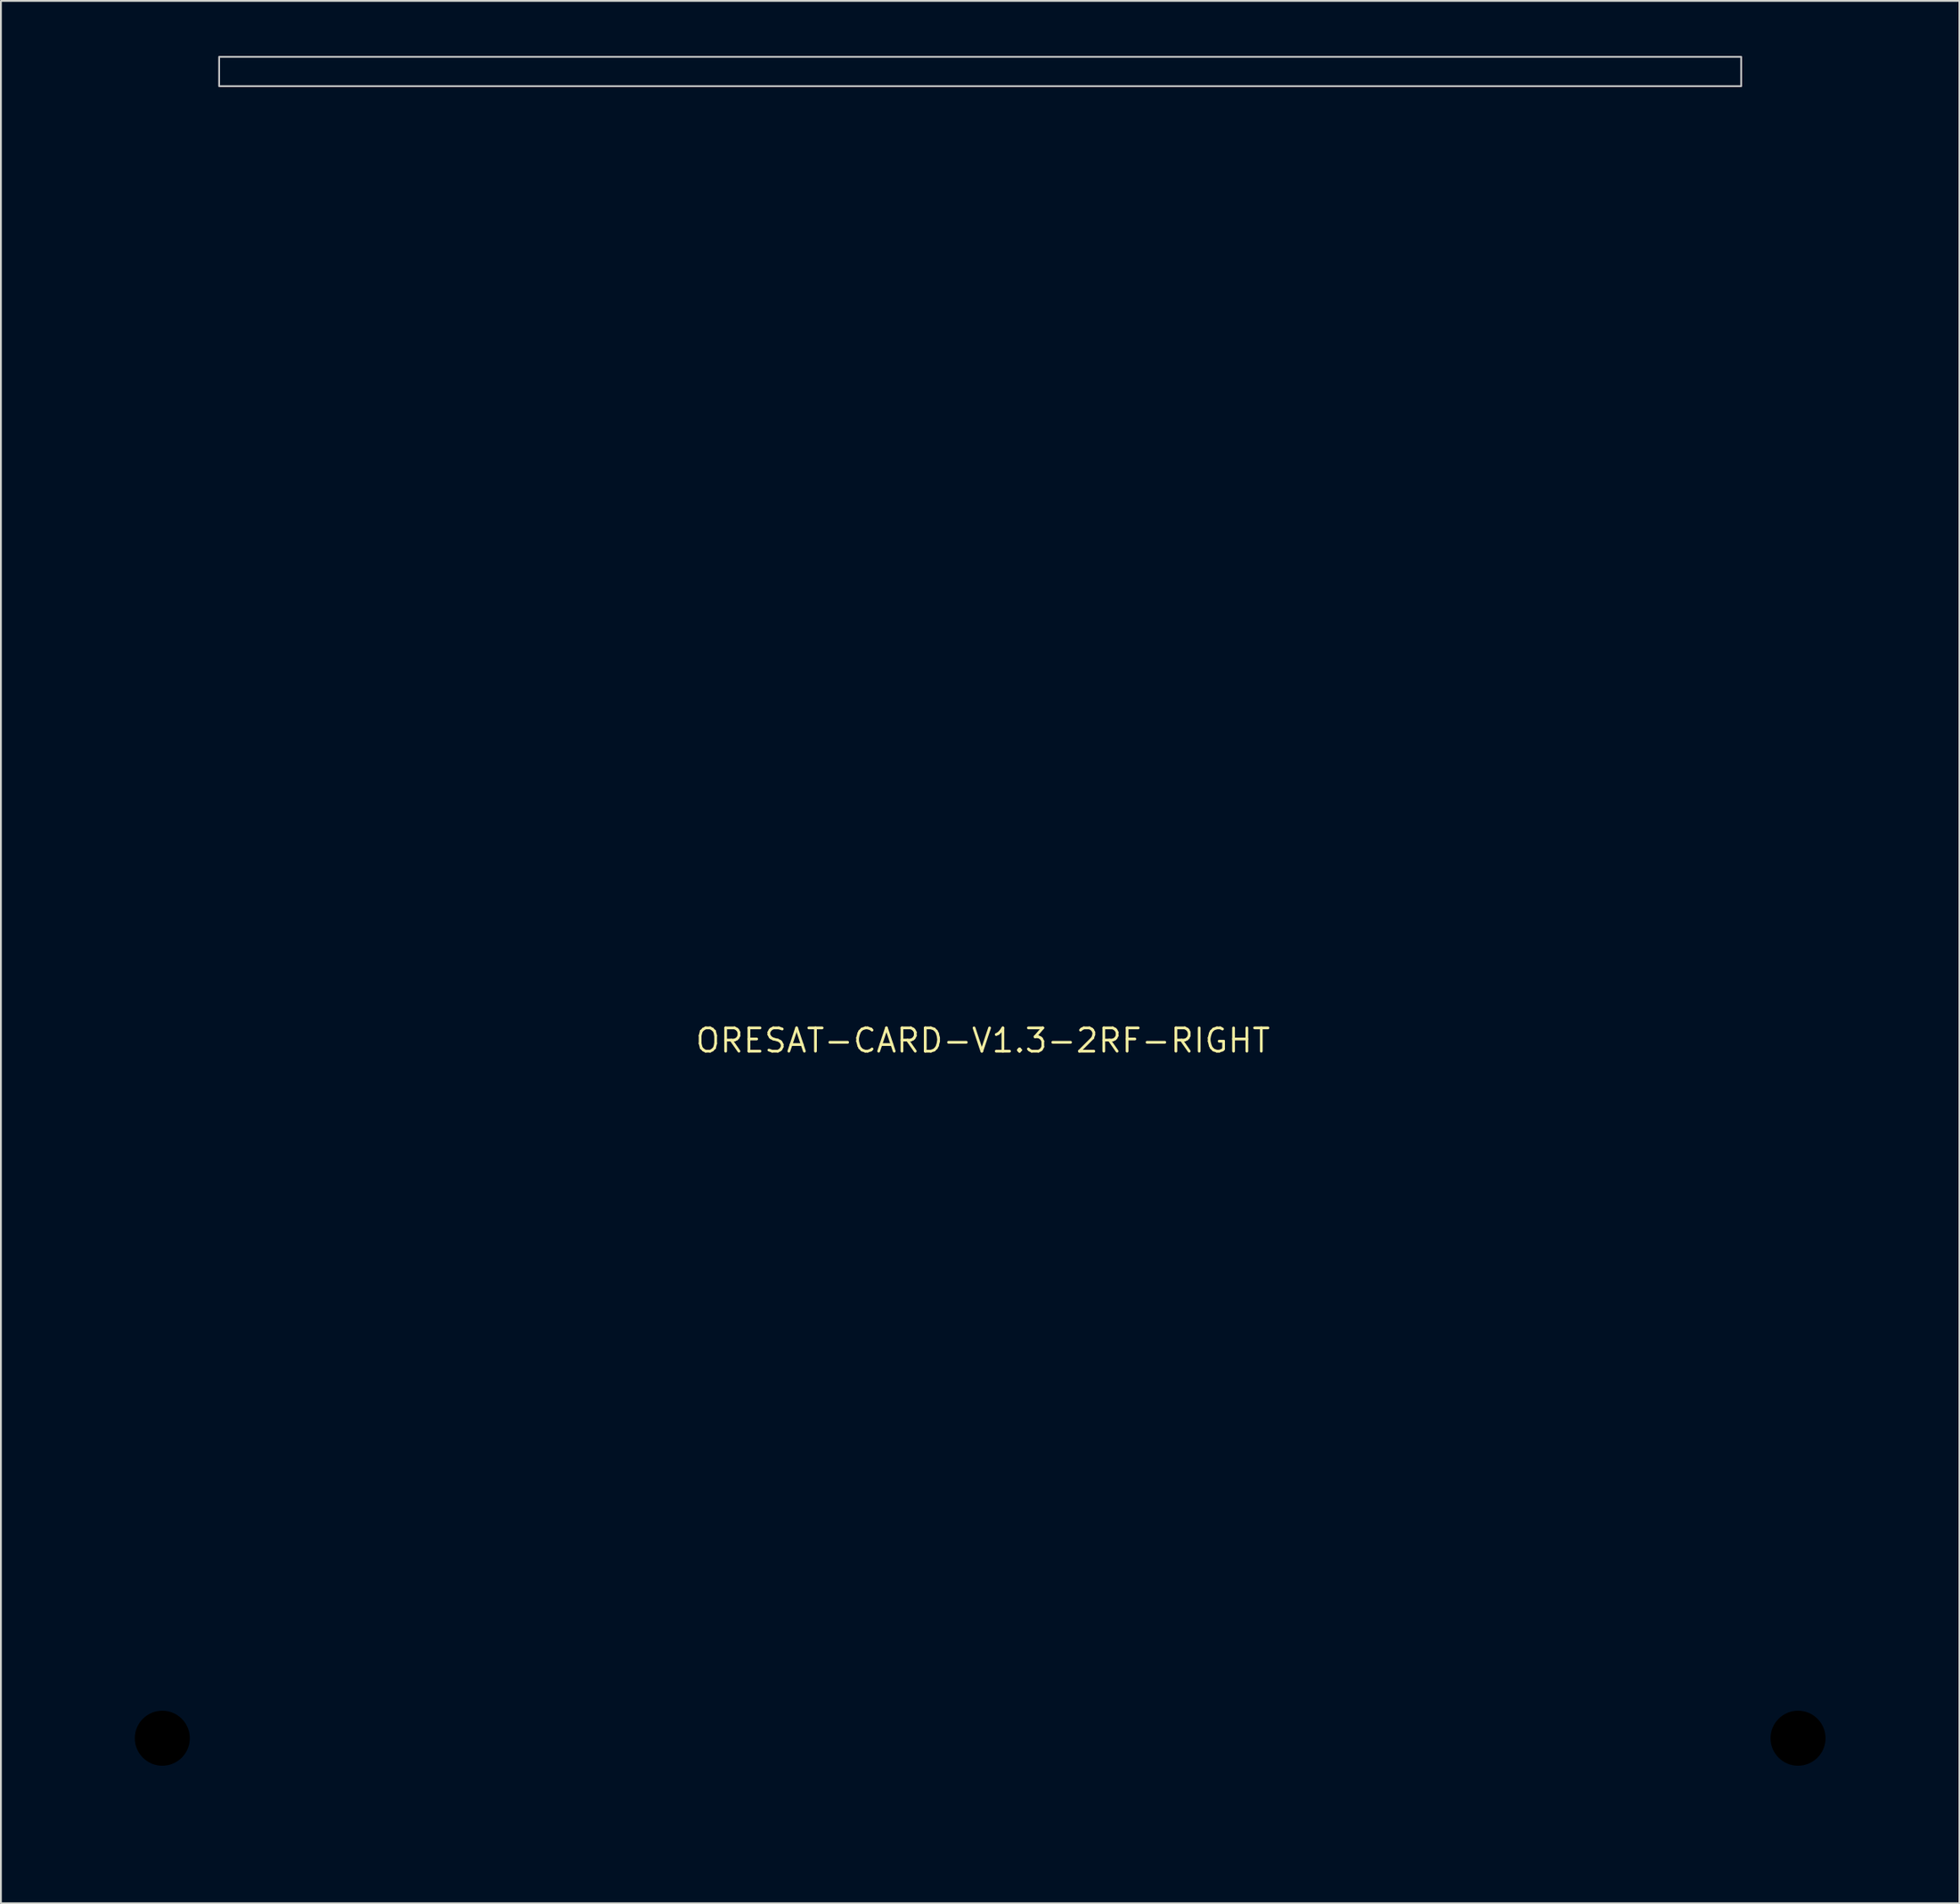
<source format=kicad_pcb>
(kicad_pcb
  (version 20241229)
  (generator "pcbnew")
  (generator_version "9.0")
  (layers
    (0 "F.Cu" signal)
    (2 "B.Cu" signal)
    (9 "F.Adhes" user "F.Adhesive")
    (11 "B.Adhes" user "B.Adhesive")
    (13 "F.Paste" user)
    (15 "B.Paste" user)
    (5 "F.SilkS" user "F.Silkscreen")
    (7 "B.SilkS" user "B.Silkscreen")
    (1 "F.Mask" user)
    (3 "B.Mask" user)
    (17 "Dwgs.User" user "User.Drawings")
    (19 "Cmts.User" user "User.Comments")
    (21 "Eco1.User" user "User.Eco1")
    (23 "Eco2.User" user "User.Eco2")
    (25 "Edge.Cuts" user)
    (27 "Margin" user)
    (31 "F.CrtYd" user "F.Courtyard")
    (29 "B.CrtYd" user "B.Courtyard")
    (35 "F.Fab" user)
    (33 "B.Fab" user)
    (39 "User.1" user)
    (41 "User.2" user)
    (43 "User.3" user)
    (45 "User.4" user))
  (footprint "ORESAT-CARD-V1.3-2RF-RIGHT"
    (layer "F.Cu")
    (at 50.401 47.45)
    (property "Reference" "ORESAT-CARD-V1.3-2RF-RIGHT" (at 0.15 6.25 0) (layer "F.SilkS") (effects (font (size 1.27 1.27) (thickness 0.15))))
    (fp_poly (pts (xy -47.15 41.25) (xy -49.403 41.25) (xy -49.542 41.232) (xy -49.675 41.177) (xy -49.789 41.089) (xy -49.879 40.973) (xy -49.95 40.707) (xy -49.95 -39.021) (xy -47.15 -41.821)) (stroke (width 0) (type solid)) (fill yes) (layer "F.Mask"))
    (fp_poly (pts (xy 49.95 -39.022) (xy 49.95 40.703) (xy 49.932 40.842) (xy 49.877 40.975) (xy 49.789 41.089) (xy 49.675 41.177) (xy 49.542 41.232) (xy 49.403 41.25) (xy 47.15 41.25) (xy 47.15 -41.614)) (stroke (width 0) (type solid)) (fill yes) (layer "F.Mask"))
    (fp_poly (pts (xy 34.45 49.303) (xy 34.432 49.442) (xy 34.377 49.575) (xy 34.289 49.689) (xy 34.175 49.777) (xy 34.042 49.832) (xy 33.903 49.85) (xy -33.903 49.85) (xy -34.042 49.832) (xy -34.175 49.777) (xy -34.289 49.689) (xy -34.379 49.573) (xy -34.45 49.307) (xy -34.45 47.15) (xy 34.45 47.15)) (stroke (width 0) (type solid)) (fill yes) (layer "F.Mask"))
    (fp_poly (pts (xy -47.15 41.25) (xy -49.403 41.25) (xy -49.542 41.232) (xy -49.675 41.177) (xy -49.789 41.089) (xy -49.879 40.973) (xy -49.95 40.707) (xy -49.95 -39.021) (xy -47.15 -41.821)) (stroke (width 0) (type solid)) (fill yes) (layer "B.Mask"))
    (fp_poly (pts (xy 49.95 -39.022) (xy 49.95 40.703) (xy 49.932 40.842) (xy 49.877 40.975) (xy 49.789 41.089) (xy 49.675 41.177) (xy 49.542 41.232) (xy 49.403 41.25) (xy 47.15 41.25) (xy 47.15 -41.614)) (stroke (width 0) (type solid)) (fill yes) (layer "B.Mask"))
    (fp_poly (pts (xy 34.45 49.303) (xy 34.432 49.442) (xy 34.377 49.575) (xy 34.289 49.689) (xy 34.175 49.777) (xy 34.042 49.832) (xy 33.903 49.85) (xy -33.903 49.85) (xy -34.042 49.832) (xy -34.175 49.777) (xy -34.289 49.689) (xy -34.379 49.573) (xy -34.45 49.307) (xy -34.45 47.15) (xy 34.45 47.15)) (stroke (width 0) (type solid)) (fill yes) (layer "B.Mask"))
    (fp_line (start -49.9 -39) (end -49.9 40.7) (stroke (width 0.001) (type solid)) (layer "Dwgs.User"))
    (fp_line (start -49.4 41.2) (end -47.65 41.2) (stroke (width 0.001) (type solid)) (layer "Dwgs.User"))
    (fp_line (start -47.4 -41.5) (end -47.4 41.2) (stroke (width 0.001) (type solid)) (layer "Dwgs.User"))
    (fp_line (start -47.15 41.7) (end -47.15 46.4) (stroke (width 0.001) (type solid)) (layer "Dwgs.User"))
    (fp_line (start -46.65 46.9) (end -45.3 46.9) (stroke (width 0.001) (type solid)) (layer "Dwgs.User"))
    (fp_line (start -45.3 -43.6) (end -49.9 -39) (stroke (width 0.001) (type solid)) (layer "Dwgs.User"))
    (fp_line (start -45.3 46.9) (end -45.3 -43.6) (stroke (width 0.001) (type solid)) (layer "Dwgs.User"))
    (fp_line (start -45.3 46.9) (end -34.9 46.9) (stroke (width 0.001) (type solid)) (layer "Dwgs.User"))
    (fp_line (start -44.1 -44.8) (end -45.3 -43.6) (stroke (width 0.001) (type solid)) (layer "Dwgs.User"))
    (fp_line (start -41.5 -45.8) (end -41.5 -47.4) (stroke (width 0.001) (type solid)) (layer "Dwgs.User"))
    (fp_line (start -41.5 46.9) (end -41.5 -44.8) (stroke (width 0.001) (type solid)) (layer "Dwgs.User"))
    (fp_line (start -41.232 -44.8) (end -44.1 -44.8) (stroke (width 0.001) (type solid)) (layer "Dwgs.User"))
    (fp_line (start -40.027 -38.1) (end 6.521 -38.1) (stroke (width 0.001) (type solid)) (layer "Dwgs.User"))
    (fp_line (start -34.4 47.4) (end -34.4 49.3) (stroke (width 0.001) (type solid)) (layer "Dwgs.User"))
    (fp_line (start -34.4 47.4) (end 34.4 47.4) (stroke (width 0.001) (type solid)) (layer "Dwgs.User"))
    (fp_line (start -33.9 49.8) (end 33.9 49.8) (stroke (width 0.001) (type solid)) (layer "Dwgs.User"))
    (fp_line (start -29 -38.094) (end -27 -38.094) (stroke (width 0.001) (type solid)) (layer "Dwgs.User"))
    (fp_line (start -28 -40.1) (end -28 -36.1) (stroke (width 0.001) (type solid)) (layer "Dwgs.User"))
    (fp_line (start -28 -39.094) (end -28 -37.094) (stroke (width 0.001) (type solid)) (layer "Dwgs.User"))
    (fp_line (start -18.232 -44.8) (end -37.768 -44.8) (stroke (width 0.001) (type solid)) (layer "Dwgs.User"))
    (fp_line (start -1 -38.094) (end 1 -38.094) (stroke (width 0.001) (type solid)) (layer "Dwgs.User"))
    (fp_line (start -1 0) (end 1 0) (stroke (width 0.001) (type solid)) (layer "Dwgs.User"))
    (fp_line (start 0 -39.094) (end 0 -37.094) (stroke (width 0.001) (type solid)) (layer "Dwgs.User"))
    (fp_line (start 0 -1) (end 0 1) (stroke (width 0.001) (type solid)) (layer "Dwgs.User"))
    (fp_line (start 0 5.228) (end 0 -40.1) (stroke (width 0.001) (type solid)) (layer "Dwgs.User"))
    (fp_line (start 14.768 -44.8) (end -14.768 -44.8) (stroke (width 0.001) (type solid)) (layer "Dwgs.User"))
    (fp_line (start 16.5 -43.8) (end 23.661 -43.8) (stroke (width 0.001) (type solid)) (layer "Dwgs.User"))
    (fp_line (start 24.161 -43.3) (end 24.161 -41.3) (stroke (width 0.001) (type solid)) (layer "Dwgs.User"))
    (fp_line (start 26.41 -40.8) (end 24.661 -40.8) (stroke (width 0.001) (type solid)) (layer "Dwgs.User"))
    (fp_line (start 26.41 -37.1) (end 26.41 -40.8) (stroke (width 0.001) (type solid)) (layer "Dwgs.User"))
    (fp_line (start 26.91 -36.6) (end 29.09 -36.6) (stroke (width 0.001) (type solid)) (layer "Dwgs.User"))
    (fp_line (start 29.59 -37.1) (end 29.59 -40.8) (stroke (width 0.001) (type solid)) (layer "Dwgs.User"))
    (fp_line (start 32.41 -40.8) (end 29.59 -40.8) (stroke (width 0.001) (type solid)) (layer "Dwgs.User"))
    (fp_line (start 32.41 -37.1) (end 32.41 -40.8) (stroke (width 0.001) (type solid)) (layer "Dwgs.User"))
    (fp_line (start 32.91 -36.6) (end 35.09 -36.6) (stroke (width 0.001) (type solid)) (layer "Dwgs.User"))
    (fp_line (start 34.4 49.3) (end 34.4 47.4) (stroke (width 0.001) (type solid)) (layer "Dwgs.User"))
    (fp_line (start 34.9 46.9) (end 45.3 46.9) (stroke (width 0.001) (type solid)) (layer "Dwgs.User"))
    (fp_line (start 35.59 -37.1) (end 35.59 -40.8) (stroke (width 0.001) (type solid)) (layer "Dwgs.User"))
    (fp_line (start 37.268 -40.8) (end 35.59 -40.8) (stroke (width 0.001) (type solid)) (layer "Dwgs.User"))
    (fp_line (start 37.768 -43.3) (end 37.768 -41.3) (stroke (width 0.001) (type solid)) (layer "Dwgs.User"))
    (fp_line (start 39.5 -43.8) (end 38.268 -43.8) (stroke (width 0.001) (type solid)) (layer "Dwgs.User"))
    (fp_line (start 41.5 -47.4) (end -41.5 -47.4) (stroke (width 0.001) (type solid)) (layer "Dwgs.User"))
    (fp_line (start 41.5 -47.4) (end 41.5 -45.8) (stroke (width 0.001) (type solid)) (layer "Dwgs.User"))
    (fp_line (start 41.5 -45.8) (end -41.5 -45.8) (stroke (width 0.001) (type solid)) (layer "Dwgs.User"))
    (fp_line (start 41.5 46.9) (end 41.5 -44.8) (stroke (width 0.001) (type solid)) (layer "Dwgs.User"))
    (fp_line (start 44.1 -44.8) (end 41.232 -44.8) (stroke (width 0.001) (type solid)) (layer "Dwgs.User"))
    (fp_line (start 45.3 -43.6) (end 44.1 -44.8) (stroke (width 0.001) (type solid)) (layer "Dwgs.User"))
    (fp_line (start 45.3 46.9) (end 45.3 -43.6) (stroke (width 0.001) (type solid)) (layer "Dwgs.User"))
    (fp_line (start 45.3 46.9) (end 46.65 46.9) (stroke (width 0.001) (type solid)) (layer "Dwgs.User"))
    (fp_line (start 47.15 46.4) (end 47.15 41.7) (stroke (width 0.001) (type solid)) (layer "Dwgs.User"))
    (fp_line (start 47.4 41.25) (end 47.4 -41.5) (stroke (width 0.001) (type solid)) (layer "Dwgs.User"))
    (fp_line (start 47.65 41.2) (end 49.4 41.2) (stroke (width 0.001) (type solid)) (layer "Dwgs.User"))
    (fp_line (start 49.9 -39) (end 45.3 -43.6) (stroke (width 0.001) (type solid)) (layer "Dwgs.User"))
    (fp_line (start 49.9 40.7) (end 49.9 -39) (stroke (width 0.001) (type solid)) (layer "Dwgs.User"))
    (fp_arc (start -49.4 41.2) (mid -49.753553 41.053553) (end -49.9 40.7) (stroke (width 0.001) (type solid)) (layer "Dwgs.User"))
    (fp_arc (start -47.65 41.2) (mid -47.296447 41.346447) (end -47.15 41.7) (stroke (width 0.001) (type solid)) (layer "Dwgs.User"))
    (fp_arc (start -46.65 46.9) (mid -47.003553 46.753553) (end -47.15 46.4) (stroke (width 0.001) (type solid)) (layer "Dwgs.User"))
    (fp_arc (start -37.76795 -44.8) (mid -39.499999 -43.800001) (end -41.232049 -44.799999) (stroke (width 0.001) (type solid)) (layer "Dwgs.User"))
    (fp_arc (start -34.9 46.9) (mid -34.546447 47.046447) (end -34.4 47.4) (stroke (width 0.001) (type solid)) (layer "Dwgs.User"))
    (fp_arc (start -33.9 49.8) (mid -34.253553 49.653553) (end -34.4 49.3) (stroke (width 0.001) (type solid)) (layer "Dwgs.User"))
    (fp_arc (start -14.76795 -44.8) (mid -16.499999 -43.800001) (end -18.232049 -44.799999) (stroke (width 0.001) (type solid)) (layer "Dwgs.User"))
    (fp_arc (start 16.5 -43.8) (mid 15.500001 -44.067949) (end 14.76795 -44.799999) (stroke (width 0.001) (type solid)) (layer "Dwgs.User"))
    (fp_arc (start 23.661025 -43.8) (mid 24.014581 -43.653542) (end 24.161025 -43.3) (stroke (width 0.001) (type solid)) (layer "Dwgs.User"))
    (fp_arc (start 24.661025 -40.8) (mid 24.307469 -40.946458) (end 24.161025 -41.3) (stroke (width 0.001) (type solid)) (layer "Dwgs.User"))
    (fp_arc (start 26.91 -36.6) (mid 26.556447 -36.746447) (end 26.41 -37.1) (stroke (width 0.001) (type solid)) (layer "Dwgs.User"))
    (fp_arc (start 29.59 -37.1) (mid 29.443553 -36.746447) (end 29.09 -36.6) (stroke (width 0.001) (type solid)) (layer "Dwgs.User"))
    (fp_arc (start 32.91 -36.6) (mid 32.556447 -36.746447) (end 32.41 -37.1) (stroke (width 0.001) (type solid)) (layer "Dwgs.User"))
    (fp_arc (start 34.4 47.4) (mid 34.546447 47.046447) (end 34.9 46.9) (stroke (width 0.001) (type solid)) (layer "Dwgs.User"))
    (fp_arc (start 34.4 49.3) (mid 34.253553 49.653553) (end 33.9 49.8) (stroke (width 0.001) (type solid)) (layer "Dwgs.User"))
    (fp_arc (start 35.59 -37.1) (mid 35.443553 -36.746447) (end 35.09 -36.6) (stroke (width 0.001) (type solid)) (layer "Dwgs.User"))
    (fp_arc (start 37.76795 -43.3) (mid 37.914394 -43.653571) (end 38.26795 -43.8) (stroke (width 0.001) (type solid)) (layer "Dwgs.User"))
    (fp_arc (start 37.76795 -41.3) (mid 37.621506 -40.946429) (end 37.26795 -40.8) (stroke (width 0.001) (type solid)) (layer "Dwgs.User"))
    (fp_arc (start 41.23205 -44.8) (mid 40.499999 -44.06795) (end 39.5 -43.799999) (stroke (width 0.001) (type solid)) (layer "Dwgs.User"))
    (fp_arc (start 47.15 41.7) (mid 47.296447 41.346447) (end 47.65 41.2) (stroke (width 0.001) (type solid)) (layer "Dwgs.User"))
    (fp_arc (start 47.15 46.4) (mid 47.003553 46.753553) (end 46.65 46.9) (stroke (width 0.001) (type solid)) (layer "Dwgs.User"))
    (fp_arc (start 49.9 40.7) (mid 49.753553 41.053553) (end 49.4 41.2) (stroke (width 0.001) (type solid)) (layer "Dwgs.User"))
    (fp_circle (center -28 -38.094) (end -27.5 -38.094) (stroke (width 0.001) (type solid)) (fill no) (layer "Dwgs.User"))
    (fp_circle (center 0 -38.094) (end 0.5 -38.094) (stroke (width 0.001) (type solid)) (fill no) (layer "Dwgs.User"))
    (fp_circle (center 0 0) (end 0.5 0) (stroke (width 0.001) (type solid)) (fill no) (layer "Dwgs.User"))
    (fp_circle (center 0 0) (end 2.5 0) (stroke (width 0.001) (type solid)) (fill no) (layer "Dwgs.User"))
    (fp_circle (center 26.41 -36.6) (end 26.57 -36.6) (stroke (width 0.001) (type solid)) (fill no) (layer "Dwgs.User"))
    (fp_circle (center 29.59 -36.6) (end 29.75 -36.6) (stroke (width 0.001) (type solid)) (fill no) (layer "Dwgs.User"))
    (fp_circle (center 32.41 -36.6) (end 32.57 -36.6) (stroke (width 0.001) (type solid)) (fill no) (layer "Dwgs.User"))
    (fp_circle (center 35.59 -36.6) (end 35.75 -36.6) (stroke (width 0.001) (type solid)) (fill no) (layer "Dwgs.User"))
    (fp_poly (pts (xy -41.5 -45.8) (xy 41.5 -45.8) (xy 41.5 -47.4) (xy -41.5 -47.4)) (stroke (width 0.1) (type solid)) (fill no) (layer "Dwgs.User"))
    (fp_line (start -49.9 -39) (end -49.9 40.7) (stroke (width 0.001) (type solid)) (layer "Edge.Cuts"))
    (fp_line (start -49.4 41.2) (end -47.65 41.2) (stroke (width 0.001) (type solid)) (layer "Edge.Cuts"))
    (fp_line (start -47.15 41.7) (end -47.15 46.4) (stroke (width 0.001) (type solid)) (layer "Edge.Cuts"))
    (fp_line (start -46.65 46.9) (end -34.9 46.9) (stroke (width 0.001) (type solid)) (layer "Edge.Cuts"))
    (fp_line (start -44.1 -44.8) (end -49.9 -39) (stroke (width 0.001) (type solid)) (layer "Edge.Cuts"))
    (fp_line (start -41.232 -44.8) (end -44.1 -44.8) (stroke (width 0.001) (type solid)) (layer "Edge.Cuts"))
    (fp_line (start -34.4 47.4) (end -34.4 49.3) (stroke (width 0.001) (type solid)) (layer "Edge.Cuts"))
    (fp_line (start -33.9 49.8) (end 33.9 49.8) (stroke (width 0.001) (type solid)) (layer "Edge.Cuts"))
    (fp_line (start -18.232 -44.8) (end -37.768 -44.8) (stroke (width 0.001) (type solid)) (layer "Edge.Cuts"))
    (fp_line (start 14.768 -44.8) (end -14.768 -44.8) (stroke (width 0.001) (type solid)) (layer "Edge.Cuts"))
    (fp_line (start 16.5 -43.8) (end 23.661 -43.8) (stroke (width 0.001) (type solid)) (layer "Edge.Cuts"))
    (fp_line (start 24.161 -43.3) (end 24.161 -41.3) (stroke (width 0.001) (type solid)) (layer "Edge.Cuts"))
    (fp_line (start 24.661 -40.8) (end 26.41 -40.8) (stroke (width 0.001) (type solid)) (layer "Edge.Cuts"))
    (fp_line (start 26.41 -37.1) (end 26.41 -40.8) (stroke (width 0.001) (type solid)) (layer "Edge.Cuts"))
    (fp_line (start 26.91 -36.6) (end 29.09 -36.6) (stroke (width 0.001) (type solid)) (layer "Edge.Cuts"))
    (fp_line (start 29.59 -37.1) (end 29.59 -40.8) (stroke (width 0.001) (type solid)) (layer "Edge.Cuts"))
    (fp_line (start 32.41 -40.8) (end 29.59 -40.8) (stroke (width 0.001) (type solid)) (layer "Edge.Cuts"))
    (fp_line (start 32.41 -37.1) (end 32.41 -40.8) (stroke (width 0.001) (type solid)) (layer "Edge.Cuts"))
    (fp_line (start 32.91 -36.6) (end 35.09 -36.6) (stroke (width 0.001) (type solid)) (layer "Edge.Cuts"))
    (fp_line (start 34.4 49.3) (end 34.4 47.4) (stroke (width 0.001) (type solid)) (layer "Edge.Cuts"))
    (fp_line (start 34.9 46.9) (end 46.65 46.9) (stroke (width 0.001) (type solid)) (layer "Edge.Cuts"))
    (fp_line (start 35.59 -37.1) (end 35.59 -40.8) (stroke (width 0.001) (type solid)) (layer "Edge.Cuts"))
    (fp_line (start 37.268 -40.8) (end 35.59 -40.8) (stroke (width 0.001) (type solid)) (layer "Edge.Cuts"))
    (fp_line (start 37.768 -43.3) (end 37.768 -41.3) (stroke (width 0.001) (type solid)) (layer "Edge.Cuts"))
    (fp_line (start 39.5 -43.8) (end 38.268 -43.8) (stroke (width 0.001) (type solid)) (layer "Edge.Cuts"))
    (fp_line (start 44.1 -44.8) (end 41.232 -44.8) (stroke (width 0.001) (type solid)) (layer "Edge.Cuts"))
    (fp_line (start 47.15 46.4) (end 47.15 41.7) (stroke (width 0.001) (type solid)) (layer "Edge.Cuts"))
    (fp_line (start 47.65 41.2) (end 49.4 41.2) (stroke (width 0.001) (type solid)) (layer "Edge.Cuts"))
    (fp_line (start 49.9 -39) (end 44.1 -44.8) (stroke (width 0.001) (type solid)) (layer "Edge.Cuts"))
    (fp_line (start 49.9 40.7) (end 49.9 -39) (stroke (width 0.001) (type solid)) (layer "Edge.Cuts"))
    (fp_arc (start -49.4 41.2) (mid -49.753553 41.053553) (end -49.9 40.7) (stroke (width 0.001) (type solid)) (layer "Edge.Cuts"))
    (fp_arc (start -47.65 41.2) (mid -47.296447 41.346447) (end -47.15 41.7) (stroke (width 0.001) (type solid)) (layer "Edge.Cuts"))
    (fp_arc (start -46.65 46.9) (mid -47.003553 46.753553) (end -47.15 46.4) (stroke (width 0.001) (type solid)) (layer "Edge.Cuts"))
    (fp_arc (start -37.767951 -44.799999) (mid -39.500001 -43.800001) (end -41.23205 -44.8) (stroke (width 0.001) (type solid)) (layer "Edge.Cuts"))
    (fp_arc (start -34.9 46.9) (mid -34.546447 47.046447) (end -34.4 47.4) (stroke (width 0.001) (type solid)) (layer "Edge.Cuts"))
    (fp_arc (start -33.9 49.8) (mid -34.253553 49.653553) (end -34.4 49.3) (stroke (width 0.001) (type solid)) (layer "Edge.Cuts"))
    (fp_arc (start -14.767951 -44.799999) (mid -16.500001 -43.800001) (end -18.23205 -44.8) (stroke (width 0.001) (type solid)) (layer "Edge.Cuts"))
    (fp_arc (start 16.499999 -43.8) (mid 15.5 -44.067949) (end 14.76795 -44.8) (stroke (width 0.001) (type solid)) (layer "Edge.Cuts"))
    (fp_arc (start 23.661025 -43.8) (mid 24.014581 -43.653542) (end 24.161025 -43.3) (stroke (width 0.001) (type solid)) (layer "Edge.Cuts"))
    (fp_arc (start 24.661025 -40.8) (mid 24.307469 -40.946458) (end 24.161025 -41.3) (stroke (width 0.001) (type solid)) (layer "Edge.Cuts"))
    (fp_arc (start 26.91 -36.6) (mid 26.556447 -36.746447) (end 26.41 -37.1) (stroke (width 0.001) (type solid)) (layer "Edge.Cuts"))
    (fp_arc (start 29.59 -37.1) (mid 29.443553 -36.746447) (end 29.09 -36.6) (stroke (width 0.001) (type solid)) (layer "Edge.Cuts"))
    (fp_arc (start 32.91 -36.6) (mid 32.556447 -36.746447) (end 32.41 -37.1) (stroke (width 0.001) (type solid)) (layer "Edge.Cuts"))
    (fp_arc (start 34.4 47.4) (mid 34.546447 47.046447) (end 34.9 46.9) (stroke (width 0.001) (type solid)) (layer "Edge.Cuts"))
    (fp_arc (start 34.4 49.3) (mid 34.253553 49.653553) (end 33.9 49.8) (stroke (width 0.001) (type solid)) (layer "Edge.Cuts"))
    (fp_arc (start 35.59 -37.1) (mid 35.443553 -36.746447) (end 35.09 -36.6) (stroke (width 0.001) (type solid)) (layer "Edge.Cuts"))
    (fp_arc (start 37.76795 -43.3) (mid 37.914394 -43.653571) (end 38.26795 -43.8) (stroke (width 0.001) (type solid)) (layer "Edge.Cuts"))
    (fp_arc (start 37.76795 -41.3) (mid 37.621506 -40.946429) (end 37.26795 -40.8) (stroke (width 0.001) (type solid)) (layer "Edge.Cuts"))
    (fp_arc (start 41.232049 -44.8) (mid 40.499999 -44.06795) (end 39.5 -43.8) (stroke (width 0.001) (type solid)) (layer "Edge.Cuts"))
    (fp_arc (start 47.15 41.7) (mid 47.296447 41.346447) (end 47.65 41.2) (stroke (width 0.001) (type solid)) (layer "Edge.Cuts"))
    (fp_arc (start 47.15 46.4) (mid 47.003553 46.753553) (end 46.65 46.9) (stroke (width 0.001) (type solid)) (layer "Edge.Cuts"))
    (fp_arc (start 49.9 40.7) (mid 49.753553 41.053553) (end 49.4 41.2) (stroke (width 0.001) (type solid)) (layer "Edge.Cuts"))
    (fp_line (start -50.4 -43.6) (end -50.4 50.3) (stroke (width 0.001) (type solid)) (layer "B.CrtYd"))
    (fp_line (start -50.4 50.3) (end 50.4 50.3) (stroke (width 0.001) (type solid)) (layer "B.CrtYd"))
    (fp_line (start -46.9 -43.6) (end -50.4 -43.6) (stroke (width 0.001) (type solid)) (layer "B.CrtYd"))
    (fp_line (start -46.9 46.9) (end -46.9 -43.6) (stroke (width 0.001) (type solid)) (layer "B.CrtYd"))
    (fp_line (start -46.9 46.9) (end 46.9 46.9) (stroke (width 0.001) (type solid)) (layer "B.CrtYd"))
    (fp_line (start 46.9 -43.6) (end 50.4 -43.6) (stroke (width 0.001) (type solid)) (layer "B.CrtYd"))
    (fp_line (start 46.9 46.9) (end 46.9 -43.6) (stroke (width 0.001) (type solid)) (layer "B.CrtYd"))
    (fp_line (start 50.4 -43.6) (end 50.4 50.3) (stroke (width 0.001) (type solid)) (layer "B.CrtYd"))
    (fp_line (start -50.4 -43.6) (end -50.4 50.3) (stroke (width 0.001) (type solid)) (layer "F.CrtYd"))
    (fp_line (start -50.4 50.3) (end 50.4 50.3) (stroke (width 0.001) (type solid)) (layer "F.CrtYd"))
    (fp_line (start -46.9 -43.6) (end -50.4 -43.6) (stroke (width 0.001) (type solid)) (layer "F.CrtYd"))
    (fp_line (start -46.9 46.9) (end -46.9 -43.6) (stroke (width 0.001) (type solid)) (layer "F.CrtYd"))
    (fp_line (start -46.9 46.9) (end 46.9 46.9) (stroke (width 0.001) (type solid)) (layer "F.CrtYd"))
    (fp_line (start 46.9 -43.6) (end 50.4 -43.6) (stroke (width 0.001) (type solid)) (layer "F.CrtYd"))
    (fp_line (start 46.9 46.9) (end 46.9 -43.6) (stroke (width 0.001) (type solid)) (layer "F.CrtYd"))
    (fp_line (start 50.4 -43.6) (end 50.4 50.3) (stroke (width 0.001) (type solid)) (layer "F.CrtYd"))
    (pad "" np_thru_hole circle (at -44.6 44.3) (size 3 3) (drill 3) (layers "*.Mask"))
    (pad "" np_thru_hole circle (at 44.6 44.3) (size 3 3) (drill 3) (layers "*.Mask")))
  (gr_rect
    (start -3 -3)
    (end 103.801 100.751)
    (stroke (width 0.1) (type default))
    (fill no)
    (layer "Edge.Cuts")))
</source>
